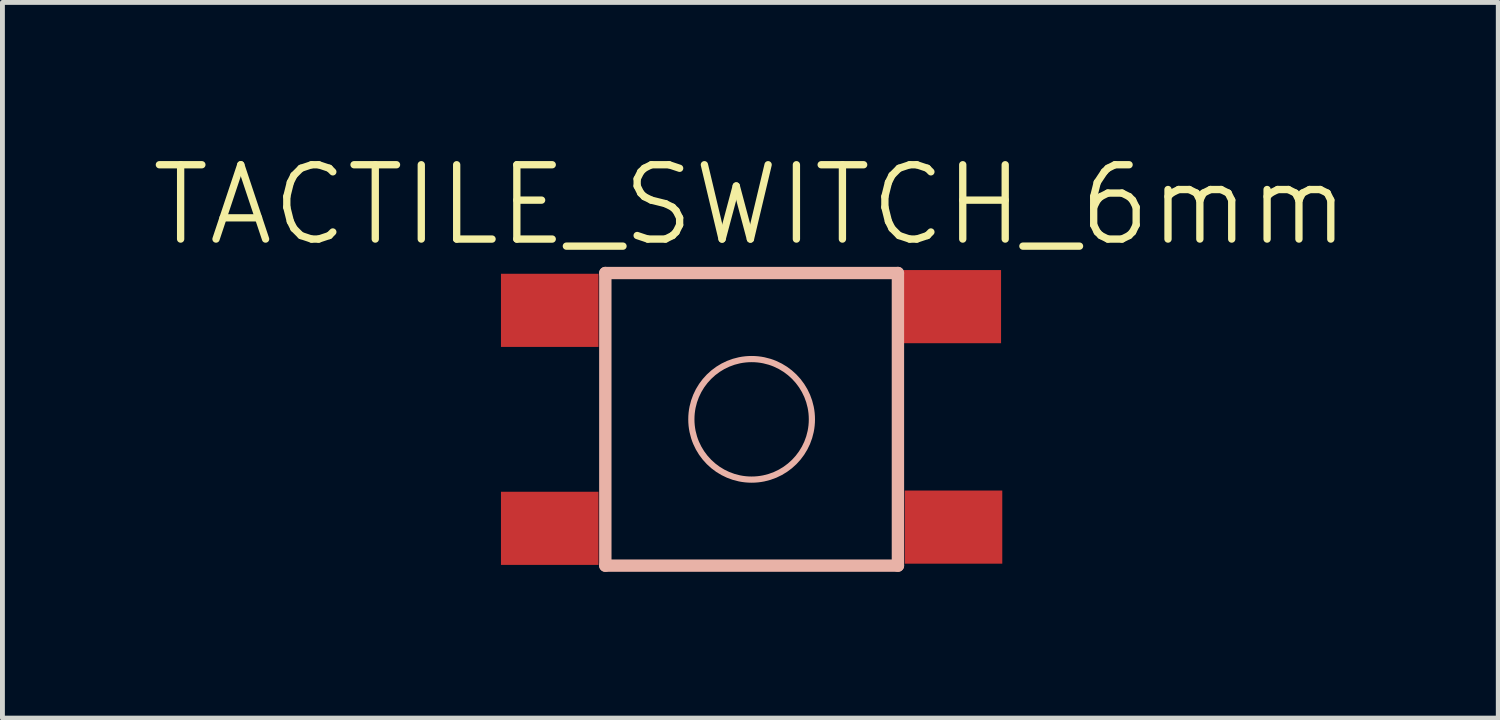
<source format=kicad_pcb>
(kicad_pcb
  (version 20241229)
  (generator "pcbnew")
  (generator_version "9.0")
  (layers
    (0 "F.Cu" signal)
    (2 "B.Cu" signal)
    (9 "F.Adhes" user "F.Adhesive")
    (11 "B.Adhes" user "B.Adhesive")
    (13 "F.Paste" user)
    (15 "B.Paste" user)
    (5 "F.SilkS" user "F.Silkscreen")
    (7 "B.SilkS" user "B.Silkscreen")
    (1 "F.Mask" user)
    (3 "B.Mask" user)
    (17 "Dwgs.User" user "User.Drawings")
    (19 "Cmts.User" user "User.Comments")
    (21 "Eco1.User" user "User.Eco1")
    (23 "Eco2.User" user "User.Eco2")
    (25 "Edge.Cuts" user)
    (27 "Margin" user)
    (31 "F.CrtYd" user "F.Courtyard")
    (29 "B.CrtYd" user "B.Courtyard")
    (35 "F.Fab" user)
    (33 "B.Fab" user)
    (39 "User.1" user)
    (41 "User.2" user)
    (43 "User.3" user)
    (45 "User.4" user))
  (footprint "TACTILE_SWITCH_6mm"
    (layer "F.Cu")
    (at 12.363 5.549)
    (property "Reference" "TACTILE_SWITCH_6mm" (at -0.025 -4.394 0) (layer "F.SilkS") (effects (font (size 1.524 1.524) (thickness 0.15))))
    (attr smd)
    (fp_line (start -3 -3) (end -3 3) (stroke (width 0.254) (type solid)) (layer "B.SilkS"))
    (fp_line (start -3 3) (end 3 3) (stroke (width 0.254) (type solid)) (layer "B.SilkS"))
    (fp_line (start 3 -3) (end -3 -3) (stroke (width 0.254) (type solid)) (layer "B.SilkS"))
    (fp_line (start 3 3) (end 3 -3) (stroke (width 0.254) (type solid)) (layer "B.SilkS"))
    (fp_circle (center 0 0) (end -0.874 0.874) (stroke (width 0.127) (type solid)) (fill no) (layer "B.SilkS"))
    (pad "1" smd rect (at -4.14 -2.235 90) (size 1.5 2) (layers "F.Cu" "F.Mask" "F.Paste"))
    (pad "1" smd rect (at 4.115 -2.311 90) (size 1.5 2) (layers "F.Cu" "F.Mask" "F.Paste"))
    (pad "2" smd rect (at -4.14 2.235 90) (size 1.5 2) (layers "F.Cu" "F.Mask" "F.Paste"))
    (pad "2" smd rect (at 4.14 2.21 90) (size 1.5 2) (layers "F.Cu" "F.Mask" "F.Paste")))
  (gr_rect
    (start -3 -3)
    (end 27.674 11.676)
    (stroke (width 0.1) (type default))
    (fill no)
    (layer "Edge.Cuts")))
</source>
